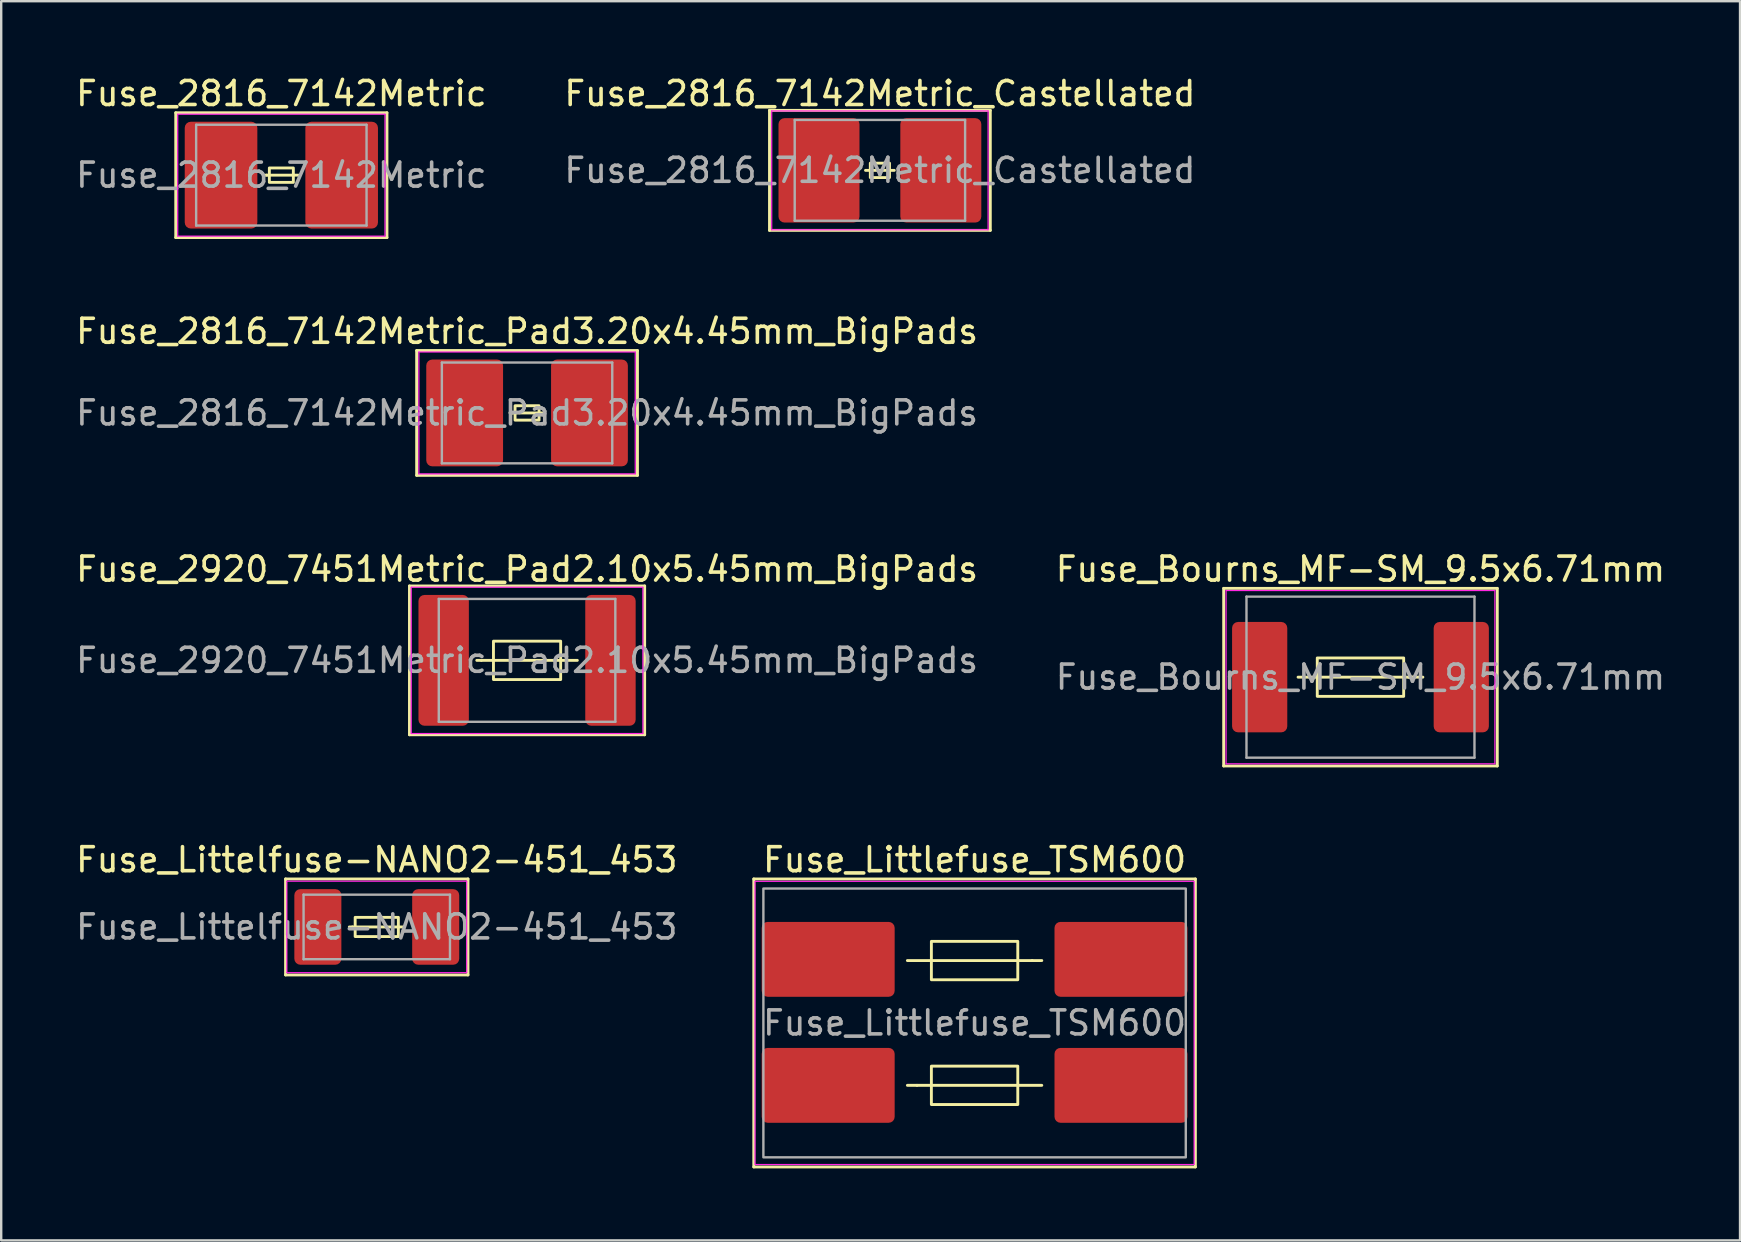
<source format=kicad_pcb>
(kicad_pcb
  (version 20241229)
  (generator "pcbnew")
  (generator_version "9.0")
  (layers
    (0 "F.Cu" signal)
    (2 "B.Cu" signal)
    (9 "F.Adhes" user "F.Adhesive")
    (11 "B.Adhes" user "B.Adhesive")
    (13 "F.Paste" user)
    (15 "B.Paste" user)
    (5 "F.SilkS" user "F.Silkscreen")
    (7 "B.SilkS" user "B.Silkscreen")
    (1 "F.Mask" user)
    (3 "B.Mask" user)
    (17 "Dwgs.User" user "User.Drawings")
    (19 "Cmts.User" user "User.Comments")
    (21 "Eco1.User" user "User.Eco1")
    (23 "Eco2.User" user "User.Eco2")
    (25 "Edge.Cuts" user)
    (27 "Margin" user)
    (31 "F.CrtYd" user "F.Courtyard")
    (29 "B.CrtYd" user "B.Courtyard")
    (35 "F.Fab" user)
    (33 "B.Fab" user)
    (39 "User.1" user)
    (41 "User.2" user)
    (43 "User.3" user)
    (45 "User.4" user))
  (footprint "Fuse_2816_7142Metric"
    (layer "F.Cu")
    (at 8.673 4.248)
    (property "Reference" "Fuse_2816_7142Metric" (at 0 -3.4 0) (layer "F.SilkS") (effects (font (size 1 1) (thickness 0.15))))
    (attr smd)
    (fp_line (start -4.4 -2.6) (end -4.4 2.6) (stroke (width 0.12) (type solid)) (layer "F.SilkS"))
    (fp_line (start -4.4 2.6) (end 4.4 2.6) (stroke (width 0.12) (type solid)) (layer "F.SilkS"))
    (fp_line (start -0.61 0) (end -0.711 0) (stroke (width 0.12) (type solid)) (layer "F.SilkS"))
    (fp_line (start -0.61 0) (end 0.711 0) (stroke (width 0.12) (type solid)) (layer "F.SilkS"))
    (fp_line (start 4.4 -2.6) (end -4.4 -2.6) (stroke (width 0.12) (type solid)) (layer "F.SilkS"))
    (fp_line (start 4.4 2.6) (end 4.4 -2.6) (stroke (width 0.12) (type solid)) (layer "F.SilkS"))
    (fp_rect (start -0.5 -0.3) (end 0.5 0.3) (stroke (width 0.12) (type solid)) (fill no) (layer "F.SilkS"))
    (fp_line (start -4.318 -2.54) (end 4.318 -2.54) (stroke (width 0.05) (type solid)) (layer "F.CrtYd"))
    (fp_line (start -4.318 2.54) (end -4.318 -2.54) (stroke (width 0.05) (type solid)) (layer "F.CrtYd"))
    (fp_line (start 4.318 -2.54) (end 4.318 2.54) (stroke (width 0.05) (type solid)) (layer "F.CrtYd"))
    (fp_line (start 4.318 2.54) (end -4.318 2.54) (stroke (width 0.05) (type solid)) (layer "F.CrtYd"))
    (fp_line (start -3.55 -2.1) (end 3.55 -2.1) (stroke (width 0.1) (type solid)) (layer "F.Fab"))
    (fp_line (start -3.55 2.1) (end -3.55 -2.1) (stroke (width 0.1) (type solid)) (layer "F.Fab"))
    (fp_line (start 3.55 -2.1) (end 3.55 2.1) (stroke (width 0.1) (type solid)) (layer "F.Fab"))
    (fp_line (start 3.55 2.1) (end -3.55 2.1) (stroke (width 0.1) (type solid)) (layer "F.Fab"))
    (fp_text user "${REFERENCE}" (at 0 0 0) (layer "F.Fab") (effects (font (size 1 1) (thickness 0.15))))
    (pad "1" smd roundrect (at -2.513 0) (size 3.025 4.45) (layers "F.Cu" "F.Mask" "F.Paste") (roundrect_rratio 0.083))
    (pad "2" smd roundrect (at 2.513 0) (size 3.025 4.45) (layers "F.Cu" "F.Mask" "F.Paste") (roundrect_rratio 0.083)))
  (footprint "Fuse_Littlefuse_TSM600"
    (layer "F.Cu")
    (at 37.558 39.573)
    (property "Reference" "Fuse_Littlefuse_TSM600" (at 0 -6.8 0) (layer "F.SilkS") (effects (font (size 1 1) (thickness 0.15))))
    (fp_line (start -9.2 -6) (end -9.2 6) (stroke (width 0.12) (type solid)) (layer "F.SilkS"))
    (fp_line (start -9.2 6) (end 9.2 6) (stroke (width 0.12) (type solid)) (layer "F.SilkS"))
    (fp_line (start -2.4 2.6) (end -2.8 2.6) (stroke (width 0.12) (type solid)) (layer "F.SilkS"))
    (fp_line (start -2.4 2.6) (end 2.8 2.6) (stroke (width 0.12) (type solid)) (layer "F.SilkS"))
    (fp_line (start 2.4 -2.6) (end -2.8 -2.6) (stroke (width 0.12) (type solid)) (layer "F.SilkS"))
    (fp_line (start 2.4 -2.6) (end 2.8 -2.6) (stroke (width 0.12) (type solid)) (layer "F.SilkS"))
    (fp_line (start 9.2 -6) (end -9.2 -6) (stroke (width 0.12) (type solid)) (layer "F.SilkS"))
    (fp_line (start 9.2 6) (end 9.2 -6) (stroke (width 0.12) (type solid)) (layer "F.SilkS"))
    (fp_rect (start -1.8 -3.4) (end 1.8 -1.8) (stroke (width 0.12) (type solid)) (fill no) (layer "F.SilkS"))
    (fp_rect (start -1.8 1.8) (end 1.8 3.4) (stroke (width 0.12) (type solid)) (fill no) (layer "F.SilkS"))
    (fp_rect (start -9.15 -5.9) (end 9.15 5.9) (stroke (width 0.05) (type solid)) (fill no) (layer "F.CrtYd"))
    (fp_rect (start -8.8 -5.6) (end 8.8 5.6) (stroke (width 0.1) (type solid)) (fill no) (layer "F.Fab"))
    (fp_text user "${REFERENCE}" (at 0 0 0) (layer "F.Fab") (effects (font (size 1 1) (thickness 0.15))))
    (pad "1" smd roundrect (at -6.1 -2.65) (size 5.54 3.12) (layers "F.Cu" "F.Mask" "F.Paste") (roundrect_rratio 0.08))
    (pad "2" smd roundrect (at -6.1 2.6) (size 5.54 3.12) (layers "F.Cu" "F.Mask" "F.Paste") (roundrect_rratio 0.08))
    (pad "3" smd roundrect (at 6.1 2.6) (size 5.54 3.12) (layers "F.Cu" "F.Mask" "F.Paste") (roundrect_rratio 0.08))
    (pad "4" smd roundrect (at 6.1 -2.65) (size 5.54 3.12) (layers "F.Cu" "F.Mask" "F.Paste") (roundrect_rratio 0.08)))
  (footprint "Fuse_2816_7142Metric_Castellated"
    (layer "F.Cu")
    (at 33.613 4.048)
    (property "Reference" "Fuse_2816_7142Metric_Castellated" (at 0 -3.2 0) (layer "F.SilkS") (effects (font (size 1 1) (thickness 0.15))))
    (attr smd)
    (fp_line (start -4.6 -2.5) (end -4.6 2.5) (stroke (width 0.12) (type solid)) (layer "F.SilkS"))
    (fp_line (start -4.6 2.5) (end 4.6 2.5) (stroke (width 0.12) (type solid)) (layer "F.SilkS"))
    (fp_line (start 0.6 0) (end -0.6 0) (stroke (width 0.12) (type solid)) (layer "F.SilkS"))
    (fp_line (start 4.6 -2.5) (end -4.6 -2.5) (stroke (width 0.12) (type solid)) (layer "F.SilkS"))
    (fp_line (start 4.6 2.5) (end 4.6 -2.5) (stroke (width 0.12) (type solid)) (layer "F.SilkS"))
    (fp_rect (start -0.4 -0.3) (end 0.4 0.3) (stroke (width 0.12) (type solid)) (fill no) (layer "F.SilkS"))
    (fp_line (start -4.508 -2.477) (end 4.508 -2.477) (stroke (width 0.05) (type solid)) (layer "F.CrtYd"))
    (fp_line (start -4.508 2.477) (end -4.508 -2.477) (stroke (width 0.05) (type solid)) (layer "F.CrtYd"))
    (fp_line (start 4.508 -2.477) (end 4.508 2.477) (stroke (width 0.05) (type solid)) (layer "F.CrtYd"))
    (fp_line (start 4.508 2.477) (end -4.508 2.477) (stroke (width 0.05) (type solid)) (layer "F.CrtYd"))
    (fp_line (start -3.55 -2.1) (end 3.55 -2.1) (stroke (width 0.1) (type solid)) (layer "F.Fab"))
    (fp_line (start -3.55 2.1) (end -3.55 -2.1) (stroke (width 0.1) (type solid)) (layer "F.Fab"))
    (fp_line (start 3.55 -2.1) (end 3.55 2.1) (stroke (width 0.1) (type solid)) (layer "F.Fab"))
    (fp_line (start 3.55 2.1) (end -3.55 2.1) (stroke (width 0.1) (type solid)) (layer "F.Fab"))
    (fp_text user "${REFERENCE}" (at 0 0 0) (layer "F.Fab") (effects (font (size 1 1) (thickness 0.15))))
    (pad "1" smd roundrect (at -2.538 0) (size 3.375 4.35) (layers "F.Cu" "F.Mask" "F.Paste") (roundrect_rratio 0.074))
    (pad "2" smd roundrect (at 2.538 0) (size 3.375 4.35) (layers "F.Cu" "F.Mask" "F.Paste") (roundrect_rratio 0.074)))
  (footprint "Fuse_2816_7142Metric_Pad3.20x4.45mm_BigPads"
    (layer "F.Cu")
    (at 18.911 14.156)
    (property "Reference" "Fuse_2816_7142Metric_Pad3.20x4.45mm_BigPads" (at 0 -3.4 0) (layer "F.SilkS") (effects (font (size 1 1) (thickness 0.15))))
    (attr smd)
    (fp_line (start -4.6 -2.6) (end -4.6 2.6) (stroke (width 0.12) (type solid)) (layer "F.SilkS"))
    (fp_line (start -4.6 2.6) (end 4.6 2.6) (stroke (width 0.12) (type solid)) (layer "F.SilkS"))
    (fp_line (start -0.66 0) (end 0.711 0) (stroke (width 0.12) (type solid)) (layer "F.SilkS"))
    (fp_line (start -0.61 0) (end -0.711 0) (stroke (width 0.12) (type solid)) (layer "F.SilkS"))
    (fp_line (start 4.6 -2.6) (end -4.6 -2.6) (stroke (width 0.12) (type solid)) (layer "F.SilkS"))
    (fp_line (start 4.6 2.6) (end 4.6 -2.6) (stroke (width 0.12) (type solid)) (layer "F.SilkS"))
    (fp_rect (start -0.5 -0.3) (end 0.5 0.3) (stroke (width 0.12) (type solid)) (fill no) (layer "F.SilkS"))
    (fp_line (start -4.508 -2.54) (end 4.508 -2.54) (stroke (width 0.05) (type solid)) (layer "F.CrtYd"))
    (fp_line (start -4.508 2.54) (end -4.508 -2.54) (stroke (width 0.05) (type solid)) (layer "F.CrtYd"))
    (fp_line (start 4.508 -2.54) (end 4.508 2.54) (stroke (width 0.05) (type solid)) (layer "F.CrtYd"))
    (fp_line (start 4.508 2.54) (end -4.508 2.54) (stroke (width 0.05) (type solid)) (layer "F.CrtYd"))
    (fp_line (start -3.55 -2.1) (end 3.55 -2.1) (stroke (width 0.1) (type solid)) (layer "F.Fab"))
    (fp_line (start -3.55 2.1) (end -3.55 -2.1) (stroke (width 0.1) (type solid)) (layer "F.Fab"))
    (fp_line (start 3.55 -2.1) (end 3.55 2.1) (stroke (width 0.1) (type solid)) (layer "F.Fab"))
    (fp_line (start 3.55 2.1) (end -3.55 2.1) (stroke (width 0.1) (type solid)) (layer "F.Fab"))
    (fp_text user "${REFERENCE}" (at 0 0 0) (layer "F.Fab") (effects (font (size 1 1) (thickness 0.15))))
    (pad "1" smd roundrect (at -2.6 0) (size 3.2 4.45) (layers "F.Cu" "F.Mask" "F.Paste") (roundrect_rratio 0.078))
    (pad "2" smd roundrect (at 2.6 0) (size 3.2 4.45) (layers "F.Cu" "F.Mask" "F.Paste") (roundrect_rratio 0.078)))
  (footprint "Fuse_2920_7451Metric_Pad2.10x5.45mm_BigPads"
    (layer "F.Cu")
    (at 18.911 24.465)
    (property "Reference" "Fuse_2920_7451Metric_Pad2.10x5.45mm_BigPads" (at 0 -3.8 0) (layer "F.SilkS") (effects (font (size 1 1) (thickness 0.15))))
    (attr smd)
    (fp_line (start -4.9 -3.1) (end -4.9 3.1) (stroke (width 0.12) (type solid)) (layer "F.SilkS"))
    (fp_line (start -4.9 3.1) (end 4.9 3.1) (stroke (width 0.12) (type solid)) (layer "F.SilkS"))
    (fp_line (start -1.905 0) (end -2.095 0) (stroke (width 0.12) (type solid)) (layer "F.SilkS"))
    (fp_line (start 2.095 0) (end -1.905 0) (stroke (width 0.12) (type solid)) (layer "F.SilkS"))
    (fp_line (start 4.9 -3.1) (end -4.9 -3.1) (stroke (width 0.12) (type solid)) (layer "F.SilkS"))
    (fp_line (start 4.9 3.1) (end 4.9 -3.1) (stroke (width 0.12) (type solid)) (layer "F.SilkS"))
    (fp_rect (start 1.4 0.8) (end -1.4 -0.8) (stroke (width 0.12) (type solid)) (fill no) (layer "F.SilkS"))
    (fp_line (start -4.826 -3.048) (end 4.826 -3.048) (stroke (width 0.05) (type solid)) (layer "F.CrtYd"))
    (fp_line (start -4.826 3.048) (end -4.826 -3.048) (stroke (width 0.05) (type solid)) (layer "F.CrtYd"))
    (fp_line (start 4.826 -3.048) (end 4.826 3.048) (stroke (width 0.05) (type solid)) (layer "F.CrtYd"))
    (fp_line (start 4.826 3.048) (end -4.826 3.048) (stroke (width 0.05) (type solid)) (layer "F.CrtYd"))
    (fp_line (start -3.678 -2.56) (end 3.678 -2.56) (stroke (width 0.1) (type solid)) (layer "F.Fab"))
    (fp_line (start -3.678 2.56) (end -3.678 -2.56) (stroke (width 0.1) (type solid)) (layer "F.Fab"))
    (fp_line (start 3.678 -2.56) (end 3.678 2.56) (stroke (width 0.1) (type solid)) (layer "F.Fab"))
    (fp_line (start 3.678 2.56) (end -3.678 2.56) (stroke (width 0.1) (type solid)) (layer "F.Fab"))
    (fp_text user "${REFERENCE}" (at 0 0 0) (layer "F.Fab") (effects (font (size 1 1) (thickness 0.15))))
    (pad "1" smd roundrect (at -3.475 0) (size 2.1 5.45) (layers "F.Cu" "F.Mask" "F.Paste") (roundrect_rratio 0.119))
    (pad "2" smd roundrect (at 3.475 0) (size 2.1 5.45) (layers "F.Cu" "F.Mask" "F.Paste") (roundrect_rratio 0.119)))
  (footprint "Fuse_Bourns_MF-SM_9.5x6.71mm"
    (layer "F.Cu")
    (at 53.637 25.165)
    (property "Reference" "Fuse_Bourns_MF-SM_9.5x6.71mm" (at 0 -4.5 0) (layer "F.SilkS") (effects (font (size 1 1) (thickness 0.15))))
    (attr smd)
    (fp_line (start -5.7 -3.7) (end -5.7 3.7) (stroke (width 0.12) (type solid)) (layer "F.SilkS"))
    (fp_line (start -5.7 3.7) (end 5.7 3.7) (stroke (width 0.12) (type solid)) (layer "F.SilkS"))
    (fp_line (start -2.6 0) (end 2.2 0) (stroke (width 0.12) (type solid)) (layer "F.SilkS"))
    (fp_line (start 2.6 0) (end 2 0) (stroke (width 0.12) (type solid)) (layer "F.SilkS"))
    (fp_line (start 5.7 -3.7) (end -5.7 -3.7) (stroke (width 0.12) (type solid)) (layer "F.SilkS"))
    (fp_line (start 5.7 3.7) (end 5.7 -3.7) (stroke (width 0.12) (type solid)) (layer "F.SilkS"))
    (fp_rect (start -1.8 -0.8) (end 1.8 0.8) (stroke (width 0.12) (type solid)) (fill no) (layer "F.SilkS"))
    (fp_line (start -5.6 -3.61) (end 5.6 -3.61) (stroke (width 0.05) (type solid)) (layer "F.CrtYd"))
    (fp_line (start -5.6 3.61) (end -5.6 -3.61) (stroke (width 0.05) (type solid)) (layer "F.CrtYd"))
    (fp_line (start 5.6 -3.61) (end 5.6 3.61) (stroke (width 0.05) (type solid)) (layer "F.CrtYd"))
    (fp_line (start 5.6 3.61) (end -5.6 3.61) (stroke (width 0.05) (type solid)) (layer "F.CrtYd"))
    (fp_line (start -4.75 -3.355) (end 4.75 -3.355) (stroke (width 0.1) (type solid)) (layer "F.Fab"))
    (fp_line (start -4.75 3.355) (end -4.75 -3.355) (stroke (width 0.1) (type solid)) (layer "F.Fab"))
    (fp_line (start 4.75 -3.355) (end 4.75 3.355) (stroke (width 0.1) (type solid)) (layer "F.Fab"))
    (fp_line (start 4.75 3.355) (end -4.75 3.355) (stroke (width 0.1) (type solid)) (layer "F.Fab"))
    (fp_text user "${REFERENCE}" (at 0 0 0) (layer "F.Fab") (effects (font (size 1 1) (thickness 0.15))))
    (pad "1" smd roundrect (at -4.2 0) (size 2.3 4.6) (layers "F.Cu" "F.Mask" "F.Paste") (roundrect_rratio 0.109))
    (pad "2" smd roundrect (at 4.2 0) (size 2.3 4.6) (layers "F.Cu" "F.Mask" "F.Paste") (roundrect_rratio 0.109)))
  (footprint "Fuse_Littelfuse-NANO2-451_453"
    (layer "F.Cu")
    (at 12.649 35.573)
    (property "Reference" "Fuse_Littelfuse-NANO2-451_453" (at 0 -2.8 0) (unlocked yes) (layer "F.SilkS") (effects (font (size 1 1) (thickness 0.15))))
    (attr smd)
    (fp_line (start -3.8 -2) (end -3.8 2) (stroke (width 0.12) (type solid)) (layer "F.SilkS"))
    (fp_line (start -3.8 2) (end 3.8 2) (stroke (width 0.12) (type solid)) (layer "F.SilkS"))
    (fp_line (start -1.016 0) (end -1.143 0) (stroke (width 0.12) (type solid)) (layer "F.SilkS"))
    (fp_line (start 1.143 0) (end -1.016 0) (stroke (width 0.12) (type solid)) (layer "F.SilkS"))
    (fp_line (start 3.8 -2) (end -3.8 -2) (stroke (width 0.12) (type solid)) (layer "F.SilkS"))
    (fp_line (start 3.8 2) (end 3.8 -2) (stroke (width 0.12) (type solid)) (layer "F.SilkS"))
    (fp_rect (start -0.9 -0.4) (end 0.9 0.4) (stroke (width 0.12) (type solid)) (fill no) (layer "F.SilkS"))
    (fp_line (start -3.747 -1.905) (end 3.747 -1.905) (stroke (width 0.05) (type solid)) (layer "F.CrtYd"))
    (fp_line (start -3.747 1.905) (end -3.747 -1.905) (stroke (width 0.05) (type solid)) (layer "F.CrtYd"))
    (fp_line (start 3.747 -1.905) (end 3.747 1.905) (stroke (width 0.05) (type solid)) (layer "F.CrtYd"))
    (fp_line (start 3.747 1.905) (end -3.747 1.905) (stroke (width 0.05) (type solid)) (layer "F.CrtYd"))
    (fp_line (start -3.05 -1.345) (end -3.05 1.345) (stroke (width 0.1) (type solid)) (layer "F.Fab"))
    (fp_line (start -3.05 -1.345) (end 3.05 -1.345) (stroke (width 0.1) (type solid)) (layer "F.Fab"))
    (fp_line (start -3.05 1.345) (end 3.05 1.345) (stroke (width 0.1) (type solid)) (layer "F.Fab"))
    (fp_line (start 3.05 1.345) (end 3.05 -1.345) (stroke (width 0.1) (type solid)) (layer "F.Fab"))
    (fp_text user "${REFERENCE}" (at 0 0 0) (layer "F.Fab") (effects (font (size 1 1) (thickness 0.15))))
    (pad "1" smd roundrect (at -2.455 0) (size 1.96 3.15) (layers "F.Cu" "F.Mask" "F.Paste") (roundrect_rratio 0.128))
    (pad "2" smd roundrect (at 2.455 0) (size 1.96 3.15) (layers "F.Cu" "F.Mask" "F.Paste") (roundrect_rratio 0.128)))
  (gr_rect
    (start -3 -3)
    (end 69.452 48.633)
    (stroke (width 0.1) (type default))
    (fill no)
    (layer "Edge.Cuts")))
</source>
